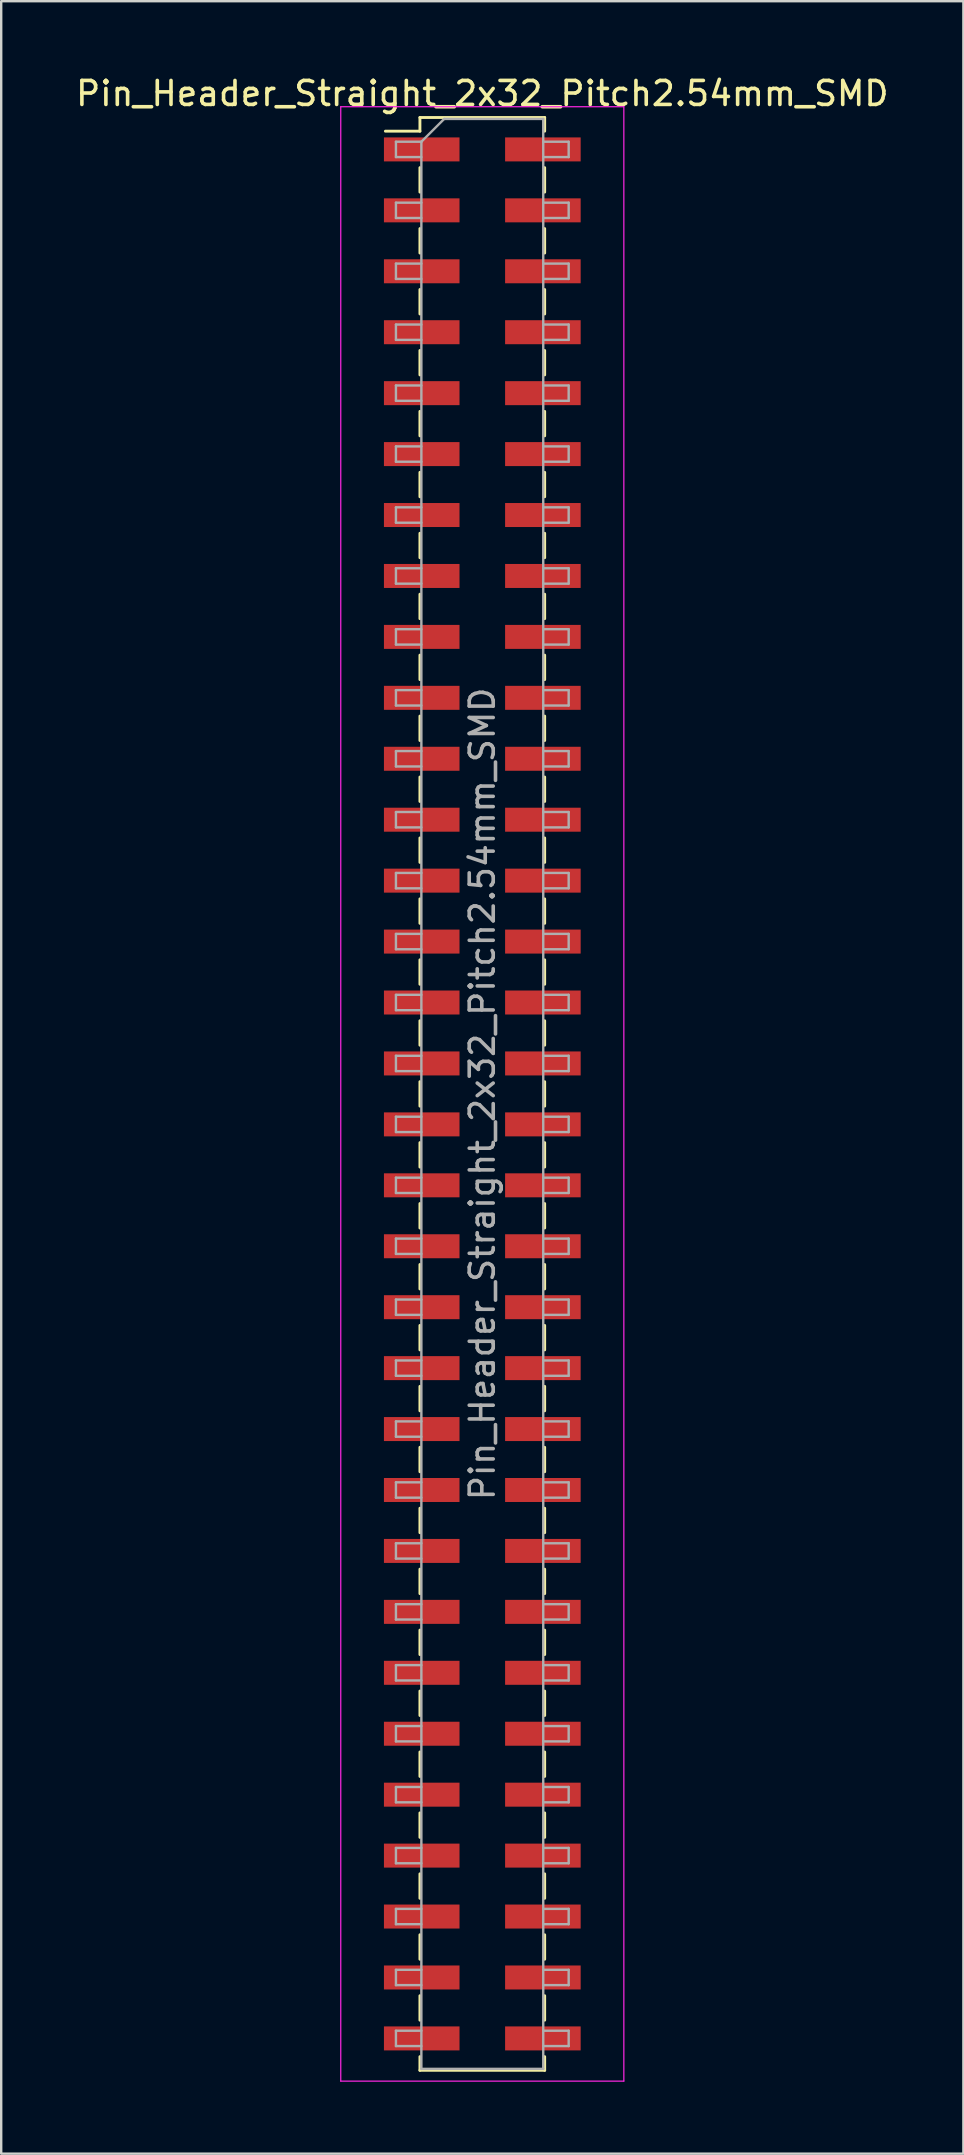
<source format=kicad_pcb>
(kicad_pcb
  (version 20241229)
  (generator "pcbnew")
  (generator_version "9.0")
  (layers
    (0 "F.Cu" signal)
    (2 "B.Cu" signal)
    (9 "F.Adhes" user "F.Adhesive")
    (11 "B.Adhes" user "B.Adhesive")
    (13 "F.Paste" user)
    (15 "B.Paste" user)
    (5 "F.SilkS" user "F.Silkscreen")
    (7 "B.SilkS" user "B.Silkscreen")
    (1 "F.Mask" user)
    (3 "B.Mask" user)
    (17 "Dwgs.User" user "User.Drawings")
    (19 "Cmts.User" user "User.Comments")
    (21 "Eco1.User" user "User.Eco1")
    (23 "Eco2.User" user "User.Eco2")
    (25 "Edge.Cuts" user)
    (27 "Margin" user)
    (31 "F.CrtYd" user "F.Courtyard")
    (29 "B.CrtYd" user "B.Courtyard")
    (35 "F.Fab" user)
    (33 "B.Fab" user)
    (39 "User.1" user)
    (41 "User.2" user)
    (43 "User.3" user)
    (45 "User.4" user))
  (footprint "Pin_Header_Straight_2x32_Pitch2.54mm_SMD"
    (layer "F.Cu")
    (at 17.054 42.548)
    (property "Reference" "Pin_Header_Straight_2x32_Pitch2.54mm_SMD" (at 0 -41.7 0) (layer "F.SilkS") (effects (font (size 1 1) (thickness 0.15))))
    (attr smd)
    (fp_line (start -4.04 -40.13) (end -2.6 -40.13) (stroke (width 0.12) (type solid)) (layer "F.SilkS"))
    (fp_line (start -2.6 -40.7) (end -2.6 -40.13) (stroke (width 0.12) (type solid)) (layer "F.SilkS"))
    (fp_line (start -2.6 -40.7) (end 2.6 -40.7) (stroke (width 0.12) (type solid)) (layer "F.SilkS"))
    (fp_line (start -2.6 -38.61) (end -2.6 -37.59) (stroke (width 0.12) (type solid)) (layer "F.SilkS"))
    (fp_line (start -2.6 -36.07) (end -2.6 -35.05) (stroke (width 0.12) (type solid)) (layer "F.SilkS"))
    (fp_line (start -2.6 -33.53) (end -2.6 -32.51) (stroke (width 0.12) (type solid)) (layer "F.SilkS"))
    (fp_line (start -2.6 -30.99) (end -2.6 -29.97) (stroke (width 0.12) (type solid)) (layer "F.SilkS"))
    (fp_line (start -2.6 -28.45) (end -2.6 -27.43) (stroke (width 0.12) (type solid)) (layer "F.SilkS"))
    (fp_line (start -2.6 -25.91) (end -2.6 -24.89) (stroke (width 0.12) (type solid)) (layer "F.SilkS"))
    (fp_line (start -2.6 -23.37) (end -2.6 -22.35) (stroke (width 0.12) (type solid)) (layer "F.SilkS"))
    (fp_line (start -2.6 -20.83) (end -2.6 -19.81) (stroke (width 0.12) (type solid)) (layer "F.SilkS"))
    (fp_line (start -2.6 -18.29) (end -2.6 -17.27) (stroke (width 0.12) (type solid)) (layer "F.SilkS"))
    (fp_line (start -2.6 -15.75) (end -2.6 -14.73) (stroke (width 0.12) (type solid)) (layer "F.SilkS"))
    (fp_line (start -2.6 -13.21) (end -2.6 -12.19) (stroke (width 0.12) (type solid)) (layer "F.SilkS"))
    (fp_line (start -2.6 -10.67) (end -2.6 -9.65) (stroke (width 0.12) (type solid)) (layer "F.SilkS"))
    (fp_line (start -2.6 -8.13) (end -2.6 -7.11) (stroke (width 0.12) (type solid)) (layer "F.SilkS"))
    (fp_line (start -2.6 -5.59) (end -2.6 -4.57) (stroke (width 0.12) (type solid)) (layer "F.SilkS"))
    (fp_line (start -2.6 -3.05) (end -2.6 -2.03) (stroke (width 0.12) (type solid)) (layer "F.SilkS"))
    (fp_line (start -2.6 -0.51) (end -2.6 0.51) (stroke (width 0.12) (type solid)) (layer "F.SilkS"))
    (fp_line (start -2.6 2.03) (end -2.6 3.05) (stroke (width 0.12) (type solid)) (layer "F.SilkS"))
    (fp_line (start -2.6 4.57) (end -2.6 5.59) (stroke (width 0.12) (type solid)) (layer "F.SilkS"))
    (fp_line (start -2.6 7.11) (end -2.6 8.13) (stroke (width 0.12) (type solid)) (layer "F.SilkS"))
    (fp_line (start -2.6 9.65) (end -2.6 10.67) (stroke (width 0.12) (type solid)) (layer "F.SilkS"))
    (fp_line (start -2.6 12.19) (end -2.6 13.21) (stroke (width 0.12) (type solid)) (layer "F.SilkS"))
    (fp_line (start -2.6 14.73) (end -2.6 15.75) (stroke (width 0.12) (type solid)) (layer "F.SilkS"))
    (fp_line (start -2.6 17.27) (end -2.6 18.29) (stroke (width 0.12) (type solid)) (layer "F.SilkS"))
    (fp_line (start -2.6 19.81) (end -2.6 20.83) (stroke (width 0.12) (type solid)) (layer "F.SilkS"))
    (fp_line (start -2.6 22.35) (end -2.6 23.37) (stroke (width 0.12) (type solid)) (layer "F.SilkS"))
    (fp_line (start -2.6 24.89) (end -2.6 25.91) (stroke (width 0.12) (type solid)) (layer "F.SilkS"))
    (fp_line (start -2.6 27.43) (end -2.6 28.45) (stroke (width 0.12) (type solid)) (layer "F.SilkS"))
    (fp_line (start -2.6 29.97) (end -2.6 30.99) (stroke (width 0.12) (type solid)) (layer "F.SilkS"))
    (fp_line (start -2.6 32.51) (end -2.6 33.53) (stroke (width 0.12) (type solid)) (layer "F.SilkS"))
    (fp_line (start -2.6 35.05) (end -2.6 36.07) (stroke (width 0.12) (type solid)) (layer "F.SilkS"))
    (fp_line (start -2.6 37.59) (end -2.6 38.61) (stroke (width 0.12) (type solid)) (layer "F.SilkS"))
    (fp_line (start -2.6 40.13) (end -2.6 40.7) (stroke (width 0.12) (type solid)) (layer "F.SilkS"))
    (fp_line (start -2.6 40.7) (end 2.6 40.7) (stroke (width 0.12) (type solid)) (layer "F.SilkS"))
    (fp_line (start 2.6 -40.7) (end 2.6 -40.13) (stroke (width 0.12) (type solid)) (layer "F.SilkS"))
    (fp_line (start 2.6 -38.61) (end 2.6 -37.59) (stroke (width 0.12) (type solid)) (layer "F.SilkS"))
    (fp_line (start 2.6 -36.07) (end 2.6 -35.05) (stroke (width 0.12) (type solid)) (layer "F.SilkS"))
    (fp_line (start 2.6 -33.53) (end 2.6 -32.51) (stroke (width 0.12) (type solid)) (layer "F.SilkS"))
    (fp_line (start 2.6 -30.99) (end 2.6 -29.97) (stroke (width 0.12) (type solid)) (layer "F.SilkS"))
    (fp_line (start 2.6 -28.45) (end 2.6 -27.43) (stroke (width 0.12) (type solid)) (layer "F.SilkS"))
    (fp_line (start 2.6 -25.91) (end 2.6 -24.89) (stroke (width 0.12) (type solid)) (layer "F.SilkS"))
    (fp_line (start 2.6 -23.37) (end 2.6 -22.35) (stroke (width 0.12) (type solid)) (layer "F.SilkS"))
    (fp_line (start 2.6 -20.83) (end 2.6 -19.81) (stroke (width 0.12) (type solid)) (layer "F.SilkS"))
    (fp_line (start 2.6 -18.29) (end 2.6 -17.27) (stroke (width 0.12) (type solid)) (layer "F.SilkS"))
    (fp_line (start 2.6 -15.75) (end 2.6 -14.73) (stroke (width 0.12) (type solid)) (layer "F.SilkS"))
    (fp_line (start 2.6 -13.21) (end 2.6 -12.19) (stroke (width 0.12) (type solid)) (layer "F.SilkS"))
    (fp_line (start 2.6 -10.67) (end 2.6 -9.65) (stroke (width 0.12) (type solid)) (layer "F.SilkS"))
    (fp_line (start 2.6 -8.13) (end 2.6 -7.11) (stroke (width 0.12) (type solid)) (layer "F.SilkS"))
    (fp_line (start 2.6 -5.59) (end 2.6 -4.57) (stroke (width 0.12) (type solid)) (layer "F.SilkS"))
    (fp_line (start 2.6 -3.05) (end 2.6 -2.03) (stroke (width 0.12) (type solid)) (layer "F.SilkS"))
    (fp_line (start 2.6 -0.51) (end 2.6 0.51) (stroke (width 0.12) (type solid)) (layer "F.SilkS"))
    (fp_line (start 2.6 2.03) (end 2.6 3.05) (stroke (width 0.12) (type solid)) (layer "F.SilkS"))
    (fp_line (start 2.6 4.57) (end 2.6 5.59) (stroke (width 0.12) (type solid)) (layer "F.SilkS"))
    (fp_line (start 2.6 7.11) (end 2.6 8.13) (stroke (width 0.12) (type solid)) (layer "F.SilkS"))
    (fp_line (start 2.6 9.65) (end 2.6 10.67) (stroke (width 0.12) (type solid)) (layer "F.SilkS"))
    (fp_line (start 2.6 12.19) (end 2.6 13.21) (stroke (width 0.12) (type solid)) (layer "F.SilkS"))
    (fp_line (start 2.6 14.73) (end 2.6 15.75) (stroke (width 0.12) (type solid)) (layer "F.SilkS"))
    (fp_line (start 2.6 17.27) (end 2.6 18.29) (stroke (width 0.12) (type solid)) (layer "F.SilkS"))
    (fp_line (start 2.6 19.81) (end 2.6 20.83) (stroke (width 0.12) (type solid)) (layer "F.SilkS"))
    (fp_line (start 2.6 22.35) (end 2.6 23.37) (stroke (width 0.12) (type solid)) (layer "F.SilkS"))
    (fp_line (start 2.6 24.89) (end 2.6 25.91) (stroke (width 0.12) (type solid)) (layer "F.SilkS"))
    (fp_line (start 2.6 27.43) (end 2.6 28.45) (stroke (width 0.12) (type solid)) (layer "F.SilkS"))
    (fp_line (start 2.6 29.97) (end 2.6 30.99) (stroke (width 0.12) (type solid)) (layer "F.SilkS"))
    (fp_line (start 2.6 32.51) (end 2.6 33.53) (stroke (width 0.12) (type solid)) (layer "F.SilkS"))
    (fp_line (start 2.6 35.05) (end 2.6 36.07) (stroke (width 0.12) (type solid)) (layer "F.SilkS"))
    (fp_line (start 2.6 37.59) (end 2.6 38.61) (stroke (width 0.12) (type solid)) (layer "F.SilkS"))
    (fp_line (start 2.6 40.13) (end 2.6 40.7) (stroke (width 0.12) (type solid)) (layer "F.SilkS"))
    (fp_line (start -5.9 -41.15) (end -5.9 41.15) (stroke (width 0.05) (type solid)) (layer "F.CrtYd"))
    (fp_line (start -5.9 41.15) (end 5.9 41.15) (stroke (width 0.05) (type solid)) (layer "F.CrtYd"))
    (fp_line (start 5.9 -41.15) (end -5.9 -41.15) (stroke (width 0.05) (type solid)) (layer "F.CrtYd"))
    (fp_line (start 5.9 41.15) (end 5.9 -41.15) (stroke (width 0.05) (type solid)) (layer "F.CrtYd"))
    (fp_line (start -3.6 -39.69) (end -3.6 -39.05) (stroke (width 0.1) (type solid)) (layer "F.Fab"))
    (fp_line (start -3.6 -39.05) (end -2.54 -39.05) (stroke (width 0.1) (type solid)) (layer "F.Fab"))
    (fp_line (start -3.6 -37.15) (end -3.6 -36.51) (stroke (width 0.1) (type solid)) (layer "F.Fab"))
    (fp_line (start -3.6 -36.51) (end -2.54 -36.51) (stroke (width 0.1) (type solid)) (layer "F.Fab"))
    (fp_line (start -3.6 -34.61) (end -3.6 -33.97) (stroke (width 0.1) (type solid)) (layer "F.Fab"))
    (fp_line (start -3.6 -33.97) (end -2.54 -33.97) (stroke (width 0.1) (type solid)) (layer "F.Fab"))
    (fp_line (start -3.6 -32.07) (end -3.6 -31.43) (stroke (width 0.1) (type solid)) (layer "F.Fab"))
    (fp_line (start -3.6 -31.43) (end -2.54 -31.43) (stroke (width 0.1) (type solid)) (layer "F.Fab"))
    (fp_line (start -3.6 -29.53) (end -3.6 -28.89) (stroke (width 0.1) (type solid)) (layer "F.Fab"))
    (fp_line (start -3.6 -28.89) (end -2.54 -28.89) (stroke (width 0.1) (type solid)) (layer "F.Fab"))
    (fp_line (start -3.6 -26.99) (end -3.6 -26.35) (stroke (width 0.1) (type solid)) (layer "F.Fab"))
    (fp_line (start -3.6 -26.35) (end -2.54 -26.35) (stroke (width 0.1) (type solid)) (layer "F.Fab"))
    (fp_line (start -3.6 -24.45) (end -3.6 -23.81) (stroke (width 0.1) (type solid)) (layer "F.Fab"))
    (fp_line (start -3.6 -23.81) (end -2.54 -23.81) (stroke (width 0.1) (type solid)) (layer "F.Fab"))
    (fp_line (start -3.6 -21.91) (end -3.6 -21.27) (stroke (width 0.1) (type solid)) (layer "F.Fab"))
    (fp_line (start -3.6 -21.27) (end -2.54 -21.27) (stroke (width 0.1) (type solid)) (layer "F.Fab"))
    (fp_line (start -3.6 -19.37) (end -3.6 -18.73) (stroke (width 0.1) (type solid)) (layer "F.Fab"))
    (fp_line (start -3.6 -18.73) (end -2.54 -18.73) (stroke (width 0.1) (type solid)) (layer "F.Fab"))
    (fp_line (start -3.6 -16.83) (end -3.6 -16.19) (stroke (width 0.1) (type solid)) (layer "F.Fab"))
    (fp_line (start -3.6 -16.19) (end -2.54 -16.19) (stroke (width 0.1) (type solid)) (layer "F.Fab"))
    (fp_line (start -3.6 -14.29) (end -3.6 -13.65) (stroke (width 0.1) (type solid)) (layer "F.Fab"))
    (fp_line (start -3.6 -13.65) (end -2.54 -13.65) (stroke (width 0.1) (type solid)) (layer "F.Fab"))
    (fp_line (start -3.6 -11.75) (end -3.6 -11.11) (stroke (width 0.1) (type solid)) (layer "F.Fab"))
    (fp_line (start -3.6 -11.11) (end -2.54 -11.11) (stroke (width 0.1) (type solid)) (layer "F.Fab"))
    (fp_line (start -3.6 -9.21) (end -3.6 -8.57) (stroke (width 0.1) (type solid)) (layer "F.Fab"))
    (fp_line (start -3.6 -8.57) (end -2.54 -8.57) (stroke (width 0.1) (type solid)) (layer "F.Fab"))
    (fp_line (start -3.6 -6.67) (end -3.6 -6.03) (stroke (width 0.1) (type solid)) (layer "F.Fab"))
    (fp_line (start -3.6 -6.03) (end -2.54 -6.03) (stroke (width 0.1) (type solid)) (layer "F.Fab"))
    (fp_line (start -3.6 -4.13) (end -3.6 -3.49) (stroke (width 0.1) (type solid)) (layer "F.Fab"))
    (fp_line (start -3.6 -3.49) (end -2.54 -3.49) (stroke (width 0.1) (type solid)) (layer "F.Fab"))
    (fp_line (start -3.6 -1.59) (end -3.6 -0.95) (stroke (width 0.1) (type solid)) (layer "F.Fab"))
    (fp_line (start -3.6 -0.95) (end -2.54 -0.95) (stroke (width 0.1) (type solid)) (layer "F.Fab"))
    (fp_line (start -3.6 0.95) (end -3.6 1.59) (stroke (width 0.1) (type solid)) (layer "F.Fab"))
    (fp_line (start -3.6 1.59) (end -2.54 1.59) (stroke (width 0.1) (type solid)) (layer "F.Fab"))
    (fp_line (start -3.6 3.49) (end -3.6 4.13) (stroke (width 0.1) (type solid)) (layer "F.Fab"))
    (fp_line (start -3.6 4.13) (end -2.54 4.13) (stroke (width 0.1) (type solid)) (layer "F.Fab"))
    (fp_line (start -3.6 6.03) (end -3.6 6.67) (stroke (width 0.1) (type solid)) (layer "F.Fab"))
    (fp_line (start -3.6 6.67) (end -2.54 6.67) (stroke (width 0.1) (type solid)) (layer "F.Fab"))
    (fp_line (start -3.6 8.57) (end -3.6 9.21) (stroke (width 0.1) (type solid)) (layer "F.Fab"))
    (fp_line (start -3.6 9.21) (end -2.54 9.21) (stroke (width 0.1) (type solid)) (layer "F.Fab"))
    (fp_line (start -3.6 11.11) (end -3.6 11.75) (stroke (width 0.1) (type solid)) (layer "F.Fab"))
    (fp_line (start -3.6 11.75) (end -2.54 11.75) (stroke (width 0.1) (type solid)) (layer "F.Fab"))
    (fp_line (start -3.6 13.65) (end -3.6 14.29) (stroke (width 0.1) (type solid)) (layer "F.Fab"))
    (fp_line (start -3.6 14.29) (end -2.54 14.29) (stroke (width 0.1) (type solid)) (layer "F.Fab"))
    (fp_line (start -3.6 16.19) (end -3.6 16.83) (stroke (width 0.1) (type solid)) (layer "F.Fab"))
    (fp_line (start -3.6 16.83) (end -2.54 16.83) (stroke (width 0.1) (type solid)) (layer "F.Fab"))
    (fp_line (start -3.6 18.73) (end -3.6 19.37) (stroke (width 0.1) (type solid)) (layer "F.Fab"))
    (fp_line (start -3.6 19.37) (end -2.54 19.37) (stroke (width 0.1) (type solid)) (layer "F.Fab"))
    (fp_line (start -3.6 21.27) (end -3.6 21.91) (stroke (width 0.1) (type solid)) (layer "F.Fab"))
    (fp_line (start -3.6 21.91) (end -2.54 21.91) (stroke (width 0.1) (type solid)) (layer "F.Fab"))
    (fp_line (start -3.6 23.81) (end -3.6 24.45) (stroke (width 0.1) (type solid)) (layer "F.Fab"))
    (fp_line (start -3.6 24.45) (end -2.54 24.45) (stroke (width 0.1) (type solid)) (layer "F.Fab"))
    (fp_line (start -3.6 26.35) (end -3.6 26.99) (stroke (width 0.1) (type solid)) (layer "F.Fab"))
    (fp_line (start -3.6 26.99) (end -2.54 26.99) (stroke (width 0.1) (type solid)) (layer "F.Fab"))
    (fp_line (start -3.6 28.89) (end -3.6 29.53) (stroke (width 0.1) (type solid)) (layer "F.Fab"))
    (fp_line (start -3.6 29.53) (end -2.54 29.53) (stroke (width 0.1) (type solid)) (layer "F.Fab"))
    (fp_line (start -3.6 31.43) (end -3.6 32.07) (stroke (width 0.1) (type solid)) (layer "F.Fab"))
    (fp_line (start -3.6 32.07) (end -2.54 32.07) (stroke (width 0.1) (type solid)) (layer "F.Fab"))
    (fp_line (start -3.6 33.97) (end -3.6 34.61) (stroke (width 0.1) (type solid)) (layer "F.Fab"))
    (fp_line (start -3.6 34.61) (end -2.54 34.61) (stroke (width 0.1) (type solid)) (layer "F.Fab"))
    (fp_line (start -3.6 36.51) (end -3.6 37.15) (stroke (width 0.1) (type solid)) (layer "F.Fab"))
    (fp_line (start -3.6 37.15) (end -2.54 37.15) (stroke (width 0.1) (type solid)) (layer "F.Fab"))
    (fp_line (start -3.6 39.05) (end -3.6 39.69) (stroke (width 0.1) (type solid)) (layer "F.Fab"))
    (fp_line (start -3.6 39.69) (end -2.54 39.69) (stroke (width 0.1) (type solid)) (layer "F.Fab"))
    (fp_line (start -2.54 -39.69) (end -3.6 -39.69) (stroke (width 0.1) (type solid)) (layer "F.Fab"))
    (fp_line (start -2.54 -39.69) (end -1.59 -40.64) (stroke (width 0.1) (type solid)) (layer "F.Fab"))
    (fp_line (start -2.54 -37.15) (end -3.6 -37.15) (stroke (width 0.1) (type solid)) (layer "F.Fab"))
    (fp_line (start -2.54 -34.61) (end -3.6 -34.61) (stroke (width 0.1) (type solid)) (layer "F.Fab"))
    (fp_line (start -2.54 -32.07) (end -3.6 -32.07) (stroke (width 0.1) (type solid)) (layer "F.Fab"))
    (fp_line (start -2.54 -29.53) (end -3.6 -29.53) (stroke (width 0.1) (type solid)) (layer "F.Fab"))
    (fp_line (start -2.54 -26.99) (end -3.6 -26.99) (stroke (width 0.1) (type solid)) (layer "F.Fab"))
    (fp_line (start -2.54 -24.45) (end -3.6 -24.45) (stroke (width 0.1) (type solid)) (layer "F.Fab"))
    (fp_line (start -2.54 -21.91) (end -3.6 -21.91) (stroke (width 0.1) (type solid)) (layer "F.Fab"))
    (fp_line (start -2.54 -19.37) (end -3.6 -19.37) (stroke (width 0.1) (type solid)) (layer "F.Fab"))
    (fp_line (start -2.54 -16.83) (end -3.6 -16.83) (stroke (width 0.1) (type solid)) (layer "F.Fab"))
    (fp_line (start -2.54 -14.29) (end -3.6 -14.29) (stroke (width 0.1) (type solid)) (layer "F.Fab"))
    (fp_line (start -2.54 -11.75) (end -3.6 -11.75) (stroke (width 0.1) (type solid)) (layer "F.Fab"))
    (fp_line (start -2.54 -9.21) (end -3.6 -9.21) (stroke (width 0.1) (type solid)) (layer "F.Fab"))
    (fp_line (start -2.54 -6.67) (end -3.6 -6.67) (stroke (width 0.1) (type solid)) (layer "F.Fab"))
    (fp_line (start -2.54 -4.13) (end -3.6 -4.13) (stroke (width 0.1) (type solid)) (layer "F.Fab"))
    (fp_line (start -2.54 -1.59) (end -3.6 -1.59) (stroke (width 0.1) (type solid)) (layer "F.Fab"))
    (fp_line (start -2.54 0.95) (end -3.6 0.95) (stroke (width 0.1) (type solid)) (layer "F.Fab"))
    (fp_line (start -2.54 3.49) (end -3.6 3.49) (stroke (width 0.1) (type solid)) (layer "F.Fab"))
    (fp_line (start -2.54 6.03) (end -3.6 6.03) (stroke (width 0.1) (type solid)) (layer "F.Fab"))
    (fp_line (start -2.54 8.57) (end -3.6 8.57) (stroke (width 0.1) (type solid)) (layer "F.Fab"))
    (fp_line (start -2.54 11.11) (end -3.6 11.11) (stroke (width 0.1) (type solid)) (layer "F.Fab"))
    (fp_line (start -2.54 13.65) (end -3.6 13.65) (stroke (width 0.1) (type solid)) (layer "F.Fab"))
    (fp_line (start -2.54 16.19) (end -3.6 16.19) (stroke (width 0.1) (type solid)) (layer "F.Fab"))
    (fp_line (start -2.54 18.73) (end -3.6 18.73) (stroke (width 0.1) (type solid)) (layer "F.Fab"))
    (fp_line (start -2.54 21.27) (end -3.6 21.27) (stroke (width 0.1) (type solid)) (layer "F.Fab"))
    (fp_line (start -2.54 23.81) (end -3.6 23.81) (stroke (width 0.1) (type solid)) (layer "F.Fab"))
    (fp_line (start -2.54 26.35) (end -3.6 26.35) (stroke (width 0.1) (type solid)) (layer "F.Fab"))
    (fp_line (start -2.54 28.89) (end -3.6 28.89) (stroke (width 0.1) (type solid)) (layer "F.Fab"))
    (fp_line (start -2.54 31.43) (end -3.6 31.43) (stroke (width 0.1) (type solid)) (layer "F.Fab"))
    (fp_line (start -2.54 33.97) (end -3.6 33.97) (stroke (width 0.1) (type solid)) (layer "F.Fab"))
    (fp_line (start -2.54 36.51) (end -3.6 36.51) (stroke (width 0.1) (type solid)) (layer "F.Fab"))
    (fp_line (start -2.54 39.05) (end -3.6 39.05) (stroke (width 0.1) (type solid)) (layer "F.Fab"))
    (fp_line (start -2.54 40.64) (end -2.54 -39.69) (stroke (width 0.1) (type solid)) (layer "F.Fab"))
    (fp_line (start -1.59 -40.64) (end 2.54 -40.64) (stroke (width 0.1) (type solid)) (layer "F.Fab"))
    (fp_line (start 2.54 -40.64) (end 2.54 40.64) (stroke (width 0.1) (type solid)) (layer "F.Fab"))
    (fp_line (start 2.54 -39.69) (end 3.6 -39.69) (stroke (width 0.1) (type solid)) (layer "F.Fab"))
    (fp_line (start 2.54 -37.15) (end 3.6 -37.15) (stroke (width 0.1) (type solid)) (layer "F.Fab"))
    (fp_line (start 2.54 -34.61) (end 3.6 -34.61) (stroke (width 0.1) (type solid)) (layer "F.Fab"))
    (fp_line (start 2.54 -32.07) (end 3.6 -32.07) (stroke (width 0.1) (type solid)) (layer "F.Fab"))
    (fp_line (start 2.54 -29.53) (end 3.6 -29.53) (stroke (width 0.1) (type solid)) (layer "F.Fab"))
    (fp_line (start 2.54 -26.99) (end 3.6 -26.99) (stroke (width 0.1) (type solid)) (layer "F.Fab"))
    (fp_line (start 2.54 -24.45) (end 3.6 -24.45) (stroke (width 0.1) (type solid)) (layer "F.Fab"))
    (fp_line (start 2.54 -21.91) (end 3.6 -21.91) (stroke (width 0.1) (type solid)) (layer "F.Fab"))
    (fp_line (start 2.54 -19.37) (end 3.6 -19.37) (stroke (width 0.1) (type solid)) (layer "F.Fab"))
    (fp_line (start 2.54 -16.83) (end 3.6 -16.83) (stroke (width 0.1) (type solid)) (layer "F.Fab"))
    (fp_line (start 2.54 -14.29) (end 3.6 -14.29) (stroke (width 0.1) (type solid)) (layer "F.Fab"))
    (fp_line (start 2.54 -11.75) (end 3.6 -11.75) (stroke (width 0.1) (type solid)) (layer "F.Fab"))
    (fp_line (start 2.54 -9.21) (end 3.6 -9.21) (stroke (width 0.1) (type solid)) (layer "F.Fab"))
    (fp_line (start 2.54 -6.67) (end 3.6 -6.67) (stroke (width 0.1) (type solid)) (layer "F.Fab"))
    (fp_line (start 2.54 -4.13) (end 3.6 -4.13) (stroke (width 0.1) (type solid)) (layer "F.Fab"))
    (fp_line (start 2.54 -1.59) (end 3.6 -1.59) (stroke (width 0.1) (type solid)) (layer "F.Fab"))
    (fp_line (start 2.54 0.95) (end 3.6 0.95) (stroke (width 0.1) (type solid)) (layer "F.Fab"))
    (fp_line (start 2.54 3.49) (end 3.6 3.49) (stroke (width 0.1) (type solid)) (layer "F.Fab"))
    (fp_line (start 2.54 6.03) (end 3.6 6.03) (stroke (width 0.1) (type solid)) (layer "F.Fab"))
    (fp_line (start 2.54 8.57) (end 3.6 8.57) (stroke (width 0.1) (type solid)) (layer "F.Fab"))
    (fp_line (start 2.54 11.11) (end 3.6 11.11) (stroke (width 0.1) (type solid)) (layer "F.Fab"))
    (fp_line (start 2.54 13.65) (end 3.6 13.65) (stroke (width 0.1) (type solid)) (layer "F.Fab"))
    (fp_line (start 2.54 16.19) (end 3.6 16.19) (stroke (width 0.1) (type solid)) (layer "F.Fab"))
    (fp_line (start 2.54 18.73) (end 3.6 18.73) (stroke (width 0.1) (type solid)) (layer "F.Fab"))
    (fp_line (start 2.54 21.27) (end 3.6 21.27) (stroke (width 0.1) (type solid)) (layer "F.Fab"))
    (fp_line (start 2.54 23.81) (end 3.6 23.81) (stroke (width 0.1) (type solid)) (layer "F.Fab"))
    (fp_line (start 2.54 26.35) (end 3.6 26.35) (stroke (width 0.1) (type solid)) (layer "F.Fab"))
    (fp_line (start 2.54 28.89) (end 3.6 28.89) (stroke (width 0.1) (type solid)) (layer "F.Fab"))
    (fp_line (start 2.54 31.43) (end 3.6 31.43) (stroke (width 0.1) (type solid)) (layer "F.Fab"))
    (fp_line (start 2.54 33.97) (end 3.6 33.97) (stroke (width 0.1) (type solid)) (layer "F.Fab"))
    (fp_line (start 2.54 36.51) (end 3.6 36.51) (stroke (width 0.1) (type solid)) (layer "F.Fab"))
    (fp_line (start 2.54 39.05) (end 3.6 39.05) (stroke (width 0.1) (type solid)) (layer "F.Fab"))
    (fp_line (start 2.54 40.64) (end -2.54 40.64) (stroke (width 0.1) (type solid)) (layer "F.Fab"))
    (fp_line (start 3.6 -39.69) (end 3.6 -39.05) (stroke (width 0.1) (type solid)) (layer "F.Fab"))
    (fp_line (start 3.6 -39.05) (end 2.54 -39.05) (stroke (width 0.1) (type solid)) (layer "F.Fab"))
    (fp_line (start 3.6 -37.15) (end 3.6 -36.51) (stroke (width 0.1) (type solid)) (layer "F.Fab"))
    (fp_line (start 3.6 -36.51) (end 2.54 -36.51) (stroke (width 0.1) (type solid)) (layer "F.Fab"))
    (fp_line (start 3.6 -34.61) (end 3.6 -33.97) (stroke (width 0.1) (type solid)) (layer "F.Fab"))
    (fp_line (start 3.6 -33.97) (end 2.54 -33.97) (stroke (width 0.1) (type solid)) (layer "F.Fab"))
    (fp_line (start 3.6 -32.07) (end 3.6 -31.43) (stroke (width 0.1) (type solid)) (layer "F.Fab"))
    (fp_line (start 3.6 -31.43) (end 2.54 -31.43) (stroke (width 0.1) (type solid)) (layer "F.Fab"))
    (fp_line (start 3.6 -29.53) (end 3.6 -28.89) (stroke (width 0.1) (type solid)) (layer "F.Fab"))
    (fp_line (start 3.6 -28.89) (end 2.54 -28.89) (stroke (width 0.1) (type solid)) (layer "F.Fab"))
    (fp_line (start 3.6 -26.99) (end 3.6 -26.35) (stroke (width 0.1) (type solid)) (layer "F.Fab"))
    (fp_line (start 3.6 -26.35) (end 2.54 -26.35) (stroke (width 0.1) (type solid)) (layer "F.Fab"))
    (fp_line (start 3.6 -24.45) (end 3.6 -23.81) (stroke (width 0.1) (type solid)) (layer "F.Fab"))
    (fp_line (start 3.6 -23.81) (end 2.54 -23.81) (stroke (width 0.1) (type solid)) (layer "F.Fab"))
    (fp_line (start 3.6 -21.91) (end 3.6 -21.27) (stroke (width 0.1) (type solid)) (layer "F.Fab"))
    (fp_line (start 3.6 -21.27) (end 2.54 -21.27) (stroke (width 0.1) (type solid)) (layer "F.Fab"))
    (fp_line (start 3.6 -19.37) (end 3.6 -18.73) (stroke (width 0.1) (type solid)) (layer "F.Fab"))
    (fp_line (start 3.6 -18.73) (end 2.54 -18.73) (stroke (width 0.1) (type solid)) (layer "F.Fab"))
    (fp_line (start 3.6 -16.83) (end 3.6 -16.19) (stroke (width 0.1) (type solid)) (layer "F.Fab"))
    (fp_line (start 3.6 -16.19) (end 2.54 -16.19) (stroke (width 0.1) (type solid)) (layer "F.Fab"))
    (fp_line (start 3.6 -14.29) (end 3.6 -13.65) (stroke (width 0.1) (type solid)) (layer "F.Fab"))
    (fp_line (start 3.6 -13.65) (end 2.54 -13.65) (stroke (width 0.1) (type solid)) (layer "F.Fab"))
    (fp_line (start 3.6 -11.75) (end 3.6 -11.11) (stroke (width 0.1) (type solid)) (layer "F.Fab"))
    (fp_line (start 3.6 -11.11) (end 2.54 -11.11) (stroke (width 0.1) (type solid)) (layer "F.Fab"))
    (fp_line (start 3.6 -9.21) (end 3.6 -8.57) (stroke (width 0.1) (type solid)) (layer "F.Fab"))
    (fp_line (start 3.6 -8.57) (end 2.54 -8.57) (stroke (width 0.1) (type solid)) (layer "F.Fab"))
    (fp_line (start 3.6 -6.67) (end 3.6 -6.03) (stroke (width 0.1) (type solid)) (layer "F.Fab"))
    (fp_line (start 3.6 -6.03) (end 2.54 -6.03) (stroke (width 0.1) (type solid)) (layer "F.Fab"))
    (fp_line (start 3.6 -4.13) (end 3.6 -3.49) (stroke (width 0.1) (type solid)) (layer "F.Fab"))
    (fp_line (start 3.6 -3.49) (end 2.54 -3.49) (stroke (width 0.1) (type solid)) (layer "F.Fab"))
    (fp_line (start 3.6 -1.59) (end 3.6 -0.95) (stroke (width 0.1) (type solid)) (layer "F.Fab"))
    (fp_line (start 3.6 -0.95) (end 2.54 -0.95) (stroke (width 0.1) (type solid)) (layer "F.Fab"))
    (fp_line (start 3.6 0.95) (end 3.6 1.59) (stroke (width 0.1) (type solid)) (layer "F.Fab"))
    (fp_line (start 3.6 1.59) (end 2.54 1.59) (stroke (width 0.1) (type solid)) (layer "F.Fab"))
    (fp_line (start 3.6 3.49) (end 3.6 4.13) (stroke (width 0.1) (type solid)) (layer "F.Fab"))
    (fp_line (start 3.6 4.13) (end 2.54 4.13) (stroke (width 0.1) (type solid)) (layer "F.Fab"))
    (fp_line (start 3.6 6.03) (end 3.6 6.67) (stroke (width 0.1) (type solid)) (layer "F.Fab"))
    (fp_line (start 3.6 6.67) (end 2.54 6.67) (stroke (width 0.1) (type solid)) (layer "F.Fab"))
    (fp_line (start 3.6 8.57) (end 3.6 9.21) (stroke (width 0.1) (type solid)) (layer "F.Fab"))
    (fp_line (start 3.6 9.21) (end 2.54 9.21) (stroke (width 0.1) (type solid)) (layer "F.Fab"))
    (fp_line (start 3.6 11.11) (end 3.6 11.75) (stroke (width 0.1) (type solid)) (layer "F.Fab"))
    (fp_line (start 3.6 11.75) (end 2.54 11.75) (stroke (width 0.1) (type solid)) (layer "F.Fab"))
    (fp_line (start 3.6 13.65) (end 3.6 14.29) (stroke (width 0.1) (type solid)) (layer "F.Fab"))
    (fp_line (start 3.6 14.29) (end 2.54 14.29) (stroke (width 0.1) (type solid)) (layer "F.Fab"))
    (fp_line (start 3.6 16.19) (end 3.6 16.83) (stroke (width 0.1) (type solid)) (layer "F.Fab"))
    (fp_line (start 3.6 16.83) (end 2.54 16.83) (stroke (width 0.1) (type solid)) (layer "F.Fab"))
    (fp_line (start 3.6 18.73) (end 3.6 19.37) (stroke (width 0.1) (type solid)) (layer "F.Fab"))
    (fp_line (start 3.6 19.37) (end 2.54 19.37) (stroke (width 0.1) (type solid)) (layer "F.Fab"))
    (fp_line (start 3.6 21.27) (end 3.6 21.91) (stroke (width 0.1) (type solid)) (layer "F.Fab"))
    (fp_line (start 3.6 21.91) (end 2.54 21.91) (stroke (width 0.1) (type solid)) (layer "F.Fab"))
    (fp_line (start 3.6 23.81) (end 3.6 24.45) (stroke (width 0.1) (type solid)) (layer "F.Fab"))
    (fp_line (start 3.6 24.45) (end 2.54 24.45) (stroke (width 0.1) (type solid)) (layer "F.Fab"))
    (fp_line (start 3.6 26.35) (end 3.6 26.99) (stroke (width 0.1) (type solid)) (layer "F.Fab"))
    (fp_line (start 3.6 26.99) (end 2.54 26.99) (stroke (width 0.1) (type solid)) (layer "F.Fab"))
    (fp_line (start 3.6 28.89) (end 3.6 29.53) (stroke (width 0.1) (type solid)) (layer "F.Fab"))
    (fp_line (start 3.6 29.53) (end 2.54 29.53) (stroke (width 0.1) (type solid)) (layer "F.Fab"))
    (fp_line (start 3.6 31.43) (end 3.6 32.07) (stroke (width 0.1) (type solid)) (layer "F.Fab"))
    (fp_line (start 3.6 32.07) (end 2.54 32.07) (stroke (width 0.1) (type solid)) (layer "F.Fab"))
    (fp_line (start 3.6 33.97) (end 3.6 34.61) (stroke (width 0.1) (type solid)) (layer "F.Fab"))
    (fp_line (start 3.6 34.61) (end 2.54 34.61) (stroke (width 0.1) (type solid)) (layer "F.Fab"))
    (fp_line (start 3.6 36.51) (end 3.6 37.15) (stroke (width 0.1) (type solid)) (layer "F.Fab"))
    (fp_line (start 3.6 37.15) (end 2.54 37.15) (stroke (width 0.1) (type solid)) (layer "F.Fab"))
    (fp_line (start 3.6 39.05) (end 3.6 39.69) (stroke (width 0.1) (type solid)) (layer "F.Fab"))
    (fp_line (start 3.6 39.69) (end 2.54 39.69) (stroke (width 0.1) (type solid)) (layer "F.Fab"))
    (fp_text user "${REFERENCE}" (at 0 0 90) (layer "F.Fab") (effects (font (size 1 1) (thickness 0.15))))
    (pad "1" smd rect (at -2.525 -39.37) (size 3.15 1) (layers "F.Cu" "F.Mask" "F.Paste"))
    (pad "2" smd rect (at 2.525 -39.37) (size 3.15 1) (layers "F.Cu" "F.Mask" "F.Paste"))
    (pad "3" smd rect (at -2.525 -36.83) (size 3.15 1) (layers "F.Cu" "F.Mask" "F.Paste"))
    (pad "4" smd rect (at 2.525 -36.83) (size 3.15 1) (layers "F.Cu" "F.Mask" "F.Paste"))
    (pad "5" smd rect (at -2.525 -34.29) (size 3.15 1) (layers "F.Cu" "F.Mask" "F.Paste"))
    (pad "6" smd rect (at 2.525 -34.29) (size 3.15 1) (layers "F.Cu" "F.Mask" "F.Paste"))
    (pad "7" smd rect (at -2.525 -31.75) (size 3.15 1) (layers "F.Cu" "F.Mask" "F.Paste"))
    (pad "8" smd rect (at 2.525 -31.75) (size 3.15 1) (layers "F.Cu" "F.Mask" "F.Paste"))
    (pad "9" smd rect (at -2.525 -29.21) (size 3.15 1) (layers "F.Cu" "F.Mask" "F.Paste"))
    (pad "10" smd rect (at 2.525 -29.21) (size 3.15 1) (layers "F.Cu" "F.Mask" "F.Paste"))
    (pad "11" smd rect (at -2.525 -26.67) (size 3.15 1) (layers "F.Cu" "F.Mask" "F.Paste"))
    (pad "12" smd rect (at 2.525 -26.67) (size 3.15 1) (layers "F.Cu" "F.Mask" "F.Paste"))
    (pad "13" smd rect (at -2.525 -24.13) (size 3.15 1) (layers "F.Cu" "F.Mask" "F.Paste"))
    (pad "14" smd rect (at 2.525 -24.13) (size 3.15 1) (layers "F.Cu" "F.Mask" "F.Paste"))
    (pad "15" smd rect (at -2.525 -21.59) (size 3.15 1) (layers "F.Cu" "F.Mask" "F.Paste"))
    (pad "16" smd rect (at 2.525 -21.59) (size 3.15 1) (layers "F.Cu" "F.Mask" "F.Paste"))
    (pad "17" smd rect (at -2.525 -19.05) (size 3.15 1) (layers "F.Cu" "F.Mask" "F.Paste"))
    (pad "18" smd rect (at 2.525 -19.05) (size 3.15 1) (layers "F.Cu" "F.Mask" "F.Paste"))
    (pad "19" smd rect (at -2.525 -16.51) (size 3.15 1) (layers "F.Cu" "F.Mask" "F.Paste"))
    (pad "20" smd rect (at 2.525 -16.51) (size 3.15 1) (layers "F.Cu" "F.Mask" "F.Paste"))
    (pad "21" smd rect (at -2.525 -13.97) (size 3.15 1) (layers "F.Cu" "F.Mask" "F.Paste"))
    (pad "22" smd rect (at 2.525 -13.97) (size 3.15 1) (layers "F.Cu" "F.Mask" "F.Paste"))
    (pad "23" smd rect (at -2.525 -11.43) (size 3.15 1) (layers "F.Cu" "F.Mask" "F.Paste"))
    (pad "24" smd rect (at 2.525 -11.43) (size 3.15 1) (layers "F.Cu" "F.Mask" "F.Paste"))
    (pad "25" smd rect (at -2.525 -8.89) (size 3.15 1) (layers "F.Cu" "F.Mask" "F.Paste"))
    (pad "26" smd rect (at 2.525 -8.89) (size 3.15 1) (layers "F.Cu" "F.Mask" "F.Paste"))
    (pad "27" smd rect (at -2.525 -6.35) (size 3.15 1) (layers "F.Cu" "F.Mask" "F.Paste"))
    (pad "28" smd rect (at 2.525 -6.35) (size 3.15 1) (layers "F.Cu" "F.Mask" "F.Paste"))
    (pad "29" smd rect (at -2.525 -3.81) (size 3.15 1) (layers "F.Cu" "F.Mask" "F.Paste"))
    (pad "30" smd rect (at 2.525 -3.81) (size 3.15 1) (layers "F.Cu" "F.Mask" "F.Paste"))
    (pad "31" smd rect (at -2.525 -1.27) (size 3.15 1) (layers "F.Cu" "F.Mask" "F.Paste"))
    (pad "32" smd rect (at 2.525 -1.27) (size 3.15 1) (layers "F.Cu" "F.Mask" "F.Paste"))
    (pad "33" smd rect (at -2.525 1.27) (size 3.15 1) (layers "F.Cu" "F.Mask" "F.Paste"))
    (pad "34" smd rect (at 2.525 1.27) (size 3.15 1) (layers "F.Cu" "F.Mask" "F.Paste"))
    (pad "35" smd rect (at -2.525 3.81) (size 3.15 1) (layers "F.Cu" "F.Mask" "F.Paste"))
    (pad "36" smd rect (at 2.525 3.81) (size 3.15 1) (layers "F.Cu" "F.Mask" "F.Paste"))
    (pad "37" smd rect (at -2.525 6.35) (size 3.15 1) (layers "F.Cu" "F.Mask" "F.Paste"))
    (pad "38" smd rect (at 2.525 6.35) (size 3.15 1) (layers "F.Cu" "F.Mask" "F.Paste"))
    (pad "39" smd rect (at -2.525 8.89) (size 3.15 1) (layers "F.Cu" "F.Mask" "F.Paste"))
    (pad "40" smd rect (at 2.525 8.89) (size 3.15 1) (layers "F.Cu" "F.Mask" "F.Paste"))
    (pad "41" smd rect (at -2.525 11.43) (size 3.15 1) (layers "F.Cu" "F.Mask" "F.Paste"))
    (pad "42" smd rect (at 2.525 11.43) (size 3.15 1) (layers "F.Cu" "F.Mask" "F.Paste"))
    (pad "43" smd rect (at -2.525 13.97) (size 3.15 1) (layers "F.Cu" "F.Mask" "F.Paste"))
    (pad "44" smd rect (at 2.525 13.97) (size 3.15 1) (layers "F.Cu" "F.Mask" "F.Paste"))
    (pad "45" smd rect (at -2.525 16.51) (size 3.15 1) (layers "F.Cu" "F.Mask" "F.Paste"))
    (pad "46" smd rect (at 2.525 16.51) (size 3.15 1) (layers "F.Cu" "F.Mask" "F.Paste"))
    (pad "47" smd rect (at -2.525 19.05) (size 3.15 1) (layers "F.Cu" "F.Mask" "F.Paste"))
    (pad "48" smd rect (at 2.525 19.05) (size 3.15 1) (layers "F.Cu" "F.Mask" "F.Paste"))
    (pad "49" smd rect (at -2.525 21.59) (size 3.15 1) (layers "F.Cu" "F.Mask" "F.Paste"))
    (pad "50" smd rect (at 2.525 21.59) (size 3.15 1) (layers "F.Cu" "F.Mask" "F.Paste"))
    (pad "51" smd rect (at -2.525 24.13) (size 3.15 1) (layers "F.Cu" "F.Mask" "F.Paste"))
    (pad "52" smd rect (at 2.525 24.13) (size 3.15 1) (layers "F.Cu" "F.Mask" "F.Paste"))
    (pad "53" smd rect (at -2.525 26.67) (size 3.15 1) (layers "F.Cu" "F.Mask" "F.Paste"))
    (pad "54" smd rect (at 2.525 26.67) (size 3.15 1) (layers "F.Cu" "F.Mask" "F.Paste"))
    (pad "55" smd rect (at -2.525 29.21) (size 3.15 1) (layers "F.Cu" "F.Mask" "F.Paste"))
    (pad "56" smd rect (at 2.525 29.21) (size 3.15 1) (layers "F.Cu" "F.Mask" "F.Paste"))
    (pad "57" smd rect (at -2.525 31.75) (size 3.15 1) (layers "F.Cu" "F.Mask" "F.Paste"))
    (pad "58" smd rect (at 2.525 31.75) (size 3.15 1) (layers "F.Cu" "F.Mask" "F.Paste"))
    (pad "59" smd rect (at -2.525 34.29) (size 3.15 1) (layers "F.Cu" "F.Mask" "F.Paste"))
    (pad "60" smd rect (at 2.525 34.29) (size 3.15 1) (layers "F.Cu" "F.Mask" "F.Paste"))
    (pad "61" smd rect (at -2.525 36.83) (size 3.15 1) (layers "F.Cu" "F.Mask" "F.Paste"))
    (pad "62" smd rect (at 2.525 36.83) (size 3.15 1) (layers "F.Cu" "F.Mask" "F.Paste"))
    (pad "63" smd rect (at -2.525 39.37) (size 3.15 1) (layers "F.Cu" "F.Mask" "F.Paste"))
    (pad "64" smd rect (at 2.525 39.37) (size 3.15 1) (layers "F.Cu" "F.Mask" "F.Paste")))
  (gr_rect
    (start -3 -3)
    (end 37.107 86.723)
    (stroke (width 0.1) (type default))
    (fill no)
    (layer "Edge.Cuts")))
</source>
